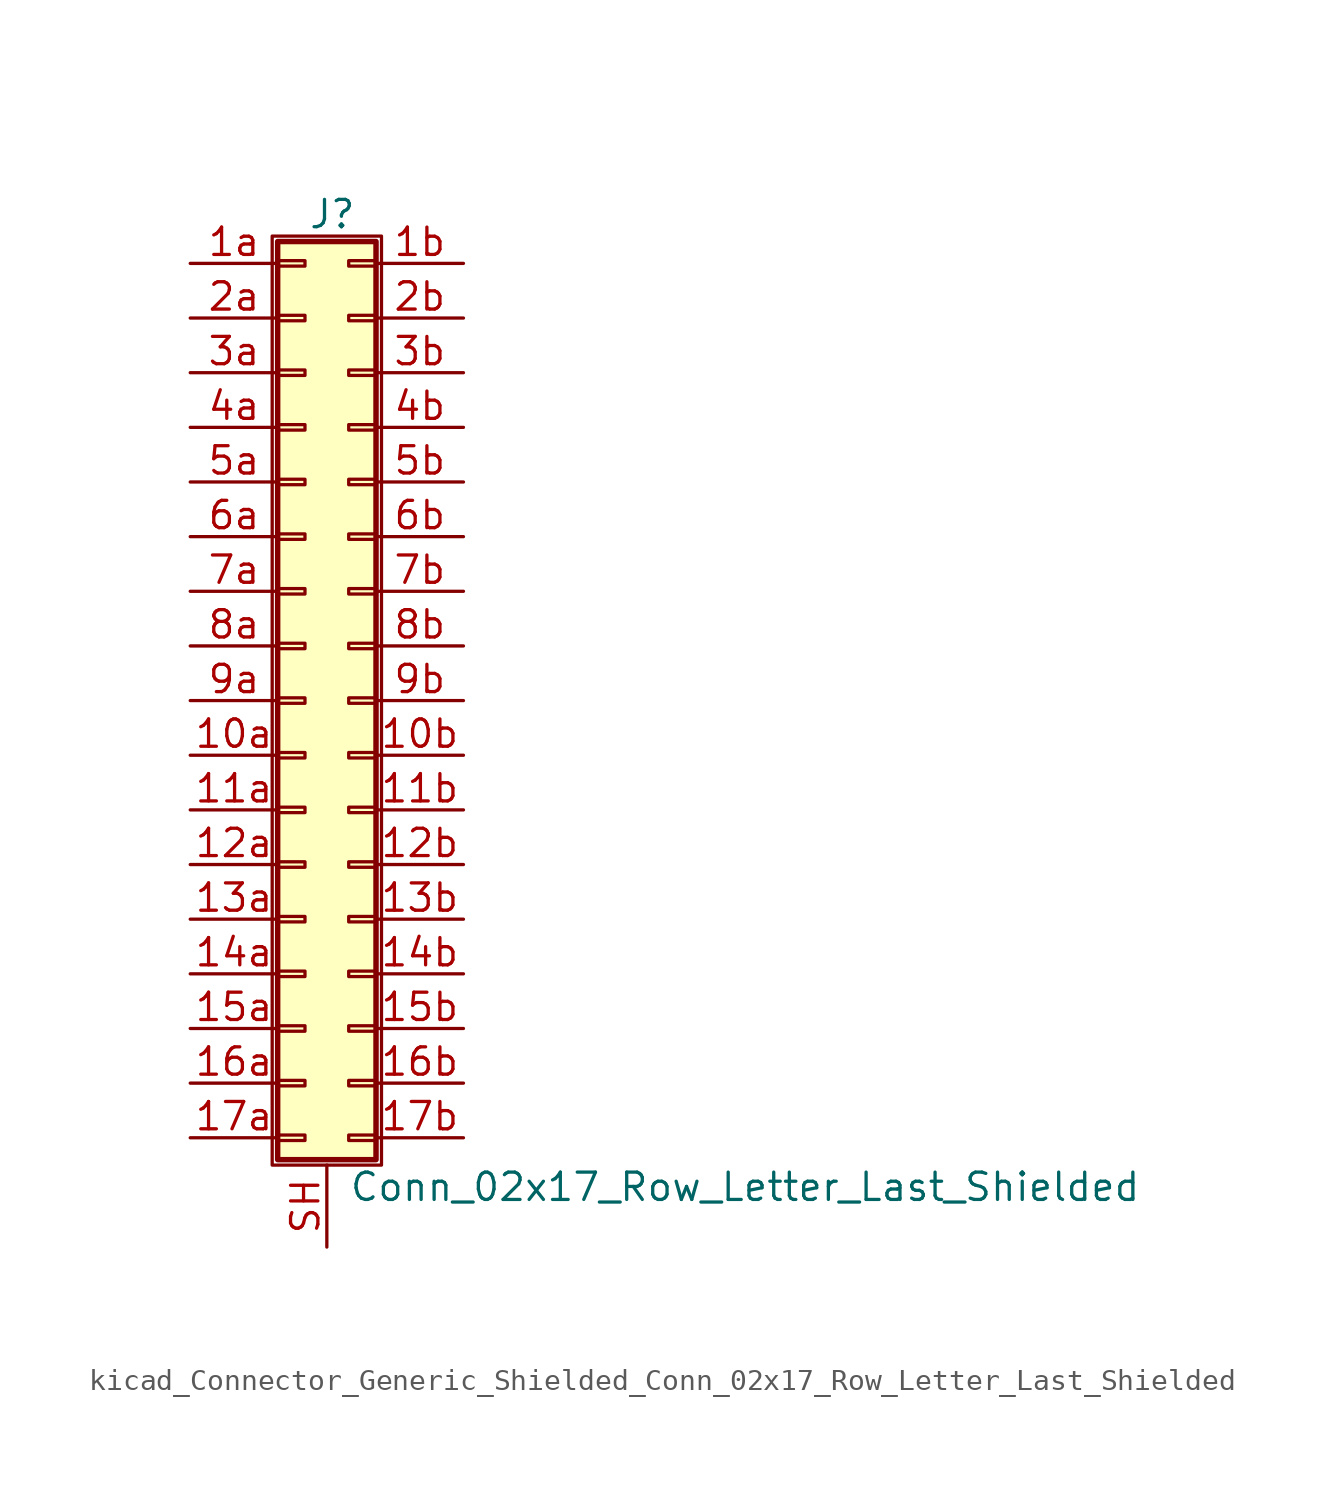
<source format=kicad_sym>
(kicad_symbol_lib
  (version 20220914)
  (generator kicad_symbol_editor)
  (symbol "kicad_Connector_Generic_Shielded_Conn_02x17_Row_Letter_Last_Shielded"
    (pin_names
      (offset 1.016) hide)
    (property "Reference" "J"
      (at 1.524 22.606 0)
      (effects (font (size 1.27 1.27))))
    (property "Value" "Conn_02x17_Row_Letter_Last_Shielded"
      (at 2.286 -22.606 0)
      (effects (font (size 1.27 1.27)) (justify left)))
    (symbol "kicad_Connector_Generic_Shielded_Conn_02x17_Row_Letter_Last_Shielded_1_1"
      (rectangle (start -1.27 21.59) (end 3.81 -21.59) (stroke (width 0.152) (type default)) (fill (type none)))
      (rectangle (start -1.016 -20.193) (end 0.254 -20.447) (stroke (width 0.152) (type default)) (fill (type none)))
      (rectangle (start -1.016 -17.653) (end 0.254 -17.907) (stroke (width 0.152) (type default)) (fill (type none)))
      (rectangle (start -1.016 -15.113) (end 0.254 -15.367) (stroke (width 0.152) (type default)) (fill (type none)))
      (rectangle (start -1.016 -12.573) (end 0.254 -12.827) (stroke (width 0.152) (type default)) (fill (type none)))
      (rectangle (start -1.016 -10.033) (end 0.254 -10.287) (stroke (width 0.152) (type default)) (fill (type none)))
      (rectangle (start -1.016 -7.493) (end 0.254 -7.747) (stroke (width 0.152) (type default)) (fill (type none)))
      (rectangle (start -1.016 -4.953) (end 0.254 -5.207) (stroke (width 0.152) (type default)) (fill (type none)))
      (rectangle (start -1.016 -2.413) (end 0.254 -2.667) (stroke (width 0.152) (type default)) (fill (type none)))
      (rectangle (start -1.016 0.127) (end 0.254 -0.127) (stroke (width 0.152) (type default)) (fill (type none)))
      (rectangle (start -1.016 2.667) (end 0.254 2.413) (stroke (width 0.152) (type default)) (fill (type none)))
      (rectangle (start -1.016 5.207) (end 0.254 4.953) (stroke (width 0.152) (type default)) (fill (type none)))
      (rectangle (start -1.016 7.747) (end 0.254 7.493) (stroke (width 0.152) (type default)) (fill (type none)))
      (rectangle (start -1.016 10.287) (end 0.254 10.033) (stroke (width 0.152) (type default)) (fill (type none)))
      (rectangle (start -1.016 12.827) (end 0.254 12.573) (stroke (width 0.152) (type default)) (fill (type none)))
      (rectangle (start -1.016 15.367) (end 0.254 15.113) (stroke (width 0.152) (type default)) (fill (type none)))
      (rectangle (start -1.016 17.907) (end 0.254 17.653) (stroke (width 0.152) (type default)) (fill (type none)))
      (rectangle (start -1.016 20.447) (end 0.254 20.193) (stroke (width 0.152) (type default)) (fill (type none)))
      (rectangle (start -1.016 21.336) (end 3.556 -21.336) (stroke (width 0.254) (type default)) (fill (type background)))
      (rectangle (start 3.556 -20.193) (end 2.286 -20.447) (stroke (width 0.152) (type default)) (fill (type none)))
      (rectangle (start 3.556 -17.653) (end 2.286 -17.907) (stroke (width 0.152) (type default)) (fill (type none)))
      (rectangle (start 3.556 -15.113) (end 2.286 -15.367) (stroke (width 0.152) (type default)) (fill (type none)))
      (rectangle (start 3.556 -12.573) (end 2.286 -12.827) (stroke (width 0.152) (type default)) (fill (type none)))
      (rectangle (start 3.556 -10.033) (end 2.286 -10.287) (stroke (width 0.152) (type default)) (fill (type none)))
      (rectangle (start 3.556 -7.493) (end 2.286 -7.747) (stroke (width 0.152) (type default)) (fill (type none)))
      (rectangle (start 3.556 -4.953) (end 2.286 -5.207) (stroke (width 0.152) (type default)) (fill (type none)))
      (rectangle (start 3.556 -2.413) (end 2.286 -2.667) (stroke (width 0.152) (type default)) (fill (type none)))
      (rectangle (start 3.556 0.127) (end 2.286 -0.127) (stroke (width 0.152) (type default)) (fill (type none)))
      (rectangle (start 3.556 2.667) (end 2.286 2.413) (stroke (width 0.152) (type default)) (fill (type none)))
      (rectangle (start 3.556 5.207) (end 2.286 4.953) (stroke (width 0.152) (type default)) (fill (type none)))
      (rectangle (start 3.556 7.747) (end 2.286 7.493) (stroke (width 0.152) (type default)) (fill (type none)))
      (rectangle (start 3.556 10.287) (end 2.286 10.033) (stroke (width 0.152) (type default)) (fill (type none)))
      (rectangle (start 3.556 12.827) (end 2.286 12.573) (stroke (width 0.152) (type default)) (fill (type none)))
      (rectangle (start 3.556 15.367) (end 2.286 15.113) (stroke (width 0.152) (type default)) (fill (type none)))
      (rectangle (start 3.556 17.907) (end 2.286 17.653) (stroke (width 0.152) (type default)) (fill (type none)))
      (rectangle (start 3.556 20.447) (end 2.286 20.193) (stroke (width 0.152) (type default)) (fill (type none)))
      (pin passive line (at -5.08 -2.54 0) (length 4.064) (name "Pin_10a" (effects (font (size 1.27 1.27)))) (number "10a" (effects (font (size 1.27 1.27)))))
      (pin passive line (at 7.62 -2.54 180) (length 4.064) (name "Pin_10b" (effects (font (size 1.27 1.27)))) (number "10b" (effects (font (size 1.27 1.27)))))
      (pin passive line (at -5.08 -5.08 0) (length 4.064) (name "Pin_11a" (effects (font (size 1.27 1.27)))) (number "11a" (effects (font (size 1.27 1.27)))))
      (pin passive line (at 7.62 -5.08 180) (length 4.064) (name "Pin_11b" (effects (font (size 1.27 1.27)))) (number "11b" (effects (font (size 1.27 1.27)))))
      (pin passive line (at -5.08 -7.62 0) (length 4.064) (name "Pin_12a" (effects (font (size 1.27 1.27)))) (number "12a" (effects (font (size 1.27 1.27)))))
      (pin passive line (at 7.62 -7.62 180) (length 4.064) (name "Pin_12b" (effects (font (size 1.27 1.27)))) (number "12b" (effects (font (size 1.27 1.27)))))
      (pin passive line (at -5.08 -10.16 0) (length 4.064) (name "Pin_13a" (effects (font (size 1.27 1.27)))) (number "13a" (effects (font (size 1.27 1.27)))))
      (pin passive line (at 7.62 -10.16 180) (length 4.064) (name "Pin_13b" (effects (font (size 1.27 1.27)))) (number "13b" (effects (font (size 1.27 1.27)))))
      (pin passive line (at -5.08 -12.7 0) (length 4.064) (name "Pin_14a" (effects (font (size 1.27 1.27)))) (number "14a" (effects (font (size 1.27 1.27)))))
      (pin passive line (at 7.62 -12.7 180) (length 4.064) (name "Pin_14b" (effects (font (size 1.27 1.27)))) (number "14b" (effects (font (size 1.27 1.27)))))
      (pin passive line (at -5.08 -15.24 0) (length 4.064) (name "Pin_15a" (effects (font (size 1.27 1.27)))) (number "15a" (effects (font (size 1.27 1.27)))))
      (pin passive line (at 7.62 -15.24 180) (length 4.064) (name "Pin_15b" (effects (font (size 1.27 1.27)))) (number "15b" (effects (font (size 1.27 1.27)))))
      (pin passive line (at -5.08 -17.78 0) (length 4.064) (name "Pin_16a" (effects (font (size 1.27 1.27)))) (number "16a" (effects (font (size 1.27 1.27)))))
      (pin passive line (at 7.62 -17.78 180) (length 4.064) (name "Pin_16b" (effects (font (size 1.27 1.27)))) (number "16b" (effects (font (size 1.27 1.27)))))
      (pin passive line (at -5.08 -20.32 0) (length 4.064) (name "Pin_17a" (effects (font (size 1.27 1.27)))) (number "17a" (effects (font (size 1.27 1.27)))))
      (pin passive line (at 7.62 -20.32 180) (length 4.064) (name "Pin_17b" (effects (font (size 1.27 1.27)))) (number "17b" (effects (font (size 1.27 1.27)))))
      (pin passive line (at -5.08 20.32 0) (length 4.064) (name "Pin_1a" (effects (font (size 1.27 1.27)))) (number "1a" (effects (font (size 1.27 1.27)))))
      (pin passive line (at 7.62 20.32 180) (length 4.064) (name "Pin_1b" (effects (font (size 1.27 1.27)))) (number "1b" (effects (font (size 1.27 1.27)))))
      (pin passive line (at -5.08 17.78 0) (length 4.064) (name "Pin_2a" (effects (font (size 1.27 1.27)))) (number "2a" (effects (font (size 1.27 1.27)))))
      (pin passive line (at 7.62 17.78 180) (length 4.064) (name "Pin_2b" (effects (font (size 1.27 1.27)))) (number "2b" (effects (font (size 1.27 1.27)))))
      (pin passive line (at -5.08 15.24 0) (length 4.064) (name "Pin_3a" (effects (font (size 1.27 1.27)))) (number "3a" (effects (font (size 1.27 1.27)))))
      (pin passive line (at 7.62 15.24 180) (length 4.064) (name "Pin_3b" (effects (font (size 1.27 1.27)))) (number "3b" (effects (font (size 1.27 1.27)))))
      (pin passive line (at -5.08 12.7 0) (length 4.064) (name "Pin_4a" (effects (font (size 1.27 1.27)))) (number "4a" (effects (font (size 1.27 1.27)))))
      (pin passive line (at 7.62 12.7 180) (length 4.064) (name "Pin_4b" (effects (font (size 1.27 1.27)))) (number "4b" (effects (font (size 1.27 1.27)))))
      (pin passive line (at -5.08 10.16 0) (length 4.064) (name "Pin_5a" (effects (font (size 1.27 1.27)))) (number "5a" (effects (font (size 1.27 1.27)))))
      (pin passive line (at 7.62 10.16 180) (length 4.064) (name "Pin_5b" (effects (font (size 1.27 1.27)))) (number "5b" (effects (font (size 1.27 1.27)))))
      (pin passive line (at -5.08 7.62 0) (length 4.064) (name "Pin_6a" (effects (font (size 1.27 1.27)))) (number "6a" (effects (font (size 1.27 1.27)))))
      (pin passive line (at 7.62 7.62 180) (length 4.064) (name "Pin_6b" (effects (font (size 1.27 1.27)))) (number "6b" (effects (font (size 1.27 1.27)))))
      (pin passive line (at -5.08 5.08 0) (length 4.064) (name "Pin_7a" (effects (font (size 1.27 1.27)))) (number "7a" (effects (font (size 1.27 1.27)))))
      (pin passive line (at 7.62 5.08 180) (length 4.064) (name "Pin_7b" (effects (font (size 1.27 1.27)))) (number "7b" (effects (font (size 1.27 1.27)))))
      (pin passive line (at -5.08 2.54 0) (length 4.064) (name "Pin_8a" (effects (font (size 1.27 1.27)))) (number "8a" (effects (font (size 1.27 1.27)))))
      (pin passive line (at 7.62 2.54 180) (length 4.064) (name "Pin_8b" (effects (font (size 1.27 1.27)))) (number "8b" (effects (font (size 1.27 1.27)))))
      (pin passive line (at -5.08 0 0) (length 4.064) (name "Pin_9a" (effects (font (size 1.27 1.27)))) (number "9a" (effects (font (size 1.27 1.27)))))
      (pin passive line (at 7.62 0 180) (length 4.064) (name "Pin_9b" (effects (font (size 1.27 1.27)))) (number "9b" (effects (font (size 1.27 1.27)))))
      (pin passive line (at 1.27 -25.4 90) (length 3.81) (name "Shield" (effects (font (size 1.27 1.27)))) (number "SH" (effects (font (size 1.27 1.27))))))))
</source>
